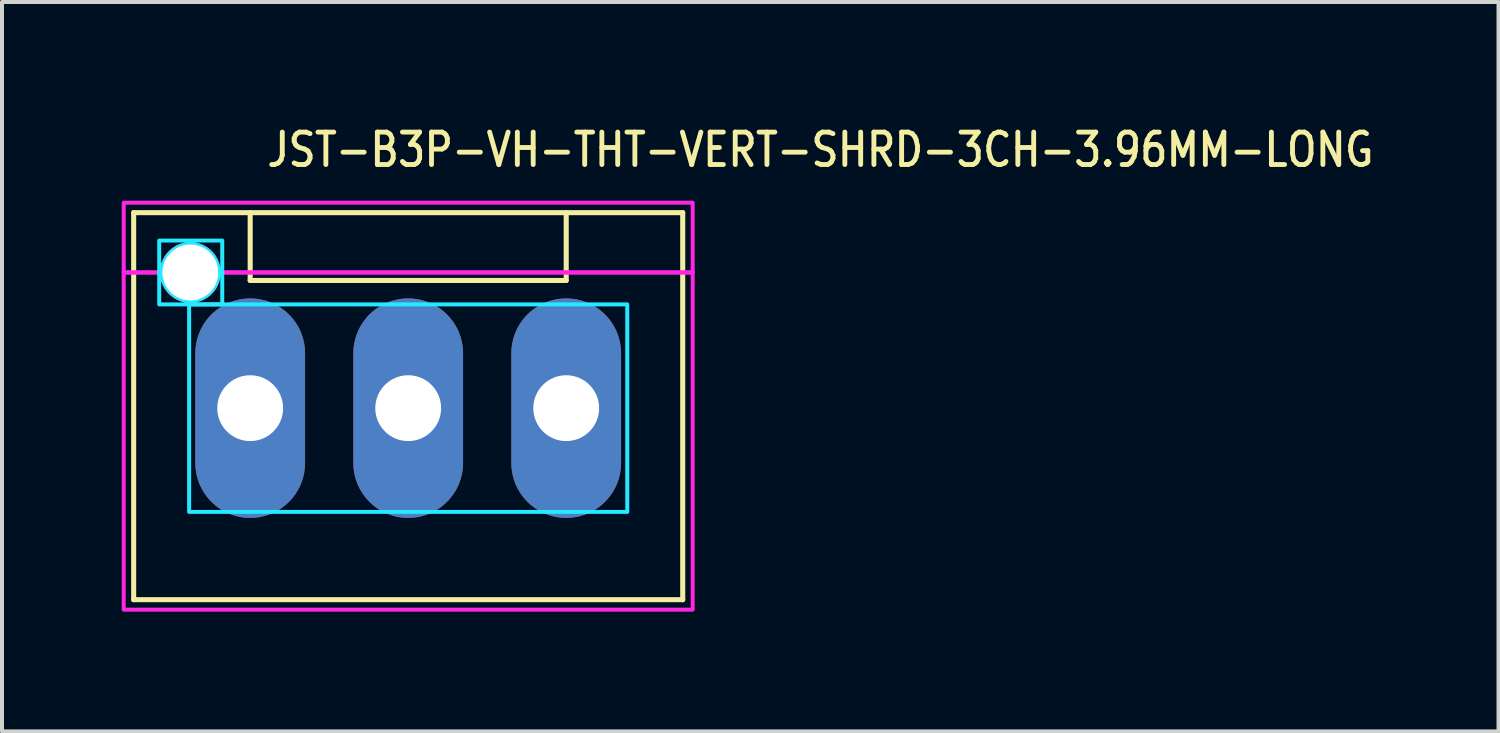
<source format=kicad_pcb>
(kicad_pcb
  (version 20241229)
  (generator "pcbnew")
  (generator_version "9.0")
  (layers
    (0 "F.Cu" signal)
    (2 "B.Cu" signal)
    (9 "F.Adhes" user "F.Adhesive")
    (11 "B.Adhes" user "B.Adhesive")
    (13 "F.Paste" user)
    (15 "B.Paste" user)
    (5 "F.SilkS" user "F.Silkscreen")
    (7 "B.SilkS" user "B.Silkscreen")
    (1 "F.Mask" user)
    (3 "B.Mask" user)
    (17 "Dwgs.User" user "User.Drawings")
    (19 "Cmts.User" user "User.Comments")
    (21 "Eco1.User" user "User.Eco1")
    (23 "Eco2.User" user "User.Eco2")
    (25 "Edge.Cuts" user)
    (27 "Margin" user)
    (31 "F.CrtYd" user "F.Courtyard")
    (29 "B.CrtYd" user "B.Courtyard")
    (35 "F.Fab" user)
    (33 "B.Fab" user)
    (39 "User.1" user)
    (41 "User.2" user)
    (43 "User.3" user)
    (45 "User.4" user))
  (footprint "JST-B3P-VH-THT-VERT-SHRD-3CH-3.96MM-LONG"
    (layer "F.Cu")
    (at 7.18 7.179)
    (property "Reference" "JST-B3P-VH-THT-VERT-SHRD-3CH-3.96MM-LONG" (at -3.6 -6 0) (unlocked yes) (layer "F.SilkS") (effects (font (size 0.813 0.695) (thickness 0.122)) (justify left bottom)))
    (fp_line (start -6.88 -4.9) (end 6.88 -4.9) (stroke (width 0.127) (type solid)) (layer "F.SilkS"))
    (fp_line (start -6.88 4.8) (end -6.88 -4.9) (stroke (width 0.127) (type solid)) (layer "F.SilkS"))
    (fp_line (start -6.88 4.8) (end 6.88 4.8) (stroke (width 0.127) (type solid)) (layer "F.SilkS"))
    (fp_line (start -3.96 -4.9) (end -3.96 -3.2) (stroke (width 0.127) (type solid)) (layer "F.SilkS"))
    (fp_line (start -3.96 -3.2) (end 3.96 -3.2) (stroke (width 0.127) (type solid)) (layer "F.SilkS"))
    (fp_line (start 3.96 -4.9) (end 3.96 -3.2) (stroke (width 0.127) (type solid)) (layer "F.SilkS"))
    (fp_line (start 6.88 -4.9) (end 6.88 4.8) (stroke (width 0.127) (type solid)) (layer "F.SilkS"))
    (fp_poly (pts (xy -5.49 -2.6) (xy -5.49 2.6) (xy 5.49 2.6) (xy 5.49 -2.6)) (stroke (width 0.1) (type solid)) (fill no) (layer "B.CrtYd"))
    (fp_poly (pts (xy -6.24 -3.4) (xy -6.24 -4.2) (xy -4.66 -4.2) (xy -4.66 -3.4) (xy -4.75 -3.4) (xy -4.75 -3.4) (xy -4.75 -3.411) (xy -4.75 -3.411) (xy -4.75 -3.422) (xy -4.75 -3.422) (xy -4.751 -3.433) (xy -4.751 -3.434) (xy -4.751 -3.445) (xy -4.751 -3.445) (xy -4.752 -3.456) (xy -4.752 -3.456) (xy -4.753 -3.467) (xy -4.753 -3.467) (xy -4.754 -3.478) (xy -4.754 -3.478) (xy -4.756 -3.489) (xy -4.756 -3.489) (xy -4.757 -3.5) (xy -4.757 -3.5) (xy -4.759 -3.511) (xy -4.759 -3.511) (xy -4.761 -3.522) (xy -4.761 -3.522) (xy -4.763 -3.533) (xy -4.763 -3.533) (xy -4.765 -3.544) (xy -4.765 -3.544) (xy -4.767 -3.555) (xy -4.767 -3.555) (xy -4.77 -3.566) (xy -4.77 -3.566) (xy -4.772 -3.576) (xy -4.772 -3.577) (xy -4.775 -3.587) (xy -4.775 -3.587) (xy -4.778 -3.598) (xy -4.778 -3.598) (xy -4.781 -3.609) (xy -4.781 -3.609) (xy -4.785 -3.619) (xy -4.785 -3.619) (xy -4.788 -3.63) (xy -4.788 -3.63) (xy -4.792 -3.64) (xy -4.792 -3.641) (xy -4.796 -3.651) (xy -4.796 -3.651) (xy -4.8 -3.661) (xy -4.8 -3.661) (xy -4.804 -3.672) (xy -4.804 -3.672) (xy -4.808 -3.682) (xy -4.808 -3.682) (xy -4.813 -3.692) (xy -4.813 -3.692) (xy -4.818 -3.702) (xy -4.818 -3.702) (xy -4.822 -3.712) (xy -4.822 -3.712) (xy -4.827 -3.722) (xy -4.827 -3.722) (xy -4.832 -3.732) (xy -4.833 -3.732) (xy -4.838 -3.742) (xy -4.838 -3.742) (xy -4.843 -3.752) (xy -4.843 -3.752) (xy -4.849 -3.761) (xy -4.849 -3.761) (xy -4.855 -3.771) (xy -4.855 -3.771) (xy -4.86 -3.78) (xy -4.861 -3.781) (xy -4.867 -3.79) (xy -4.867 -3.79) (xy -4.873 -3.799) (xy -4.873 -3.799) (xy -4.879 -3.808) (xy -4.879 -3.808) (xy -4.886 -3.817) (xy -4.886 -3.817) (xy -4.892 -3.826) (xy -4.892 -3.826) (xy -4.899 -3.835) (xy -4.899 -3.835) (xy -4.906 -3.844) (xy -4.906 -3.844) (xy -4.913 -3.853) (xy -4.913 -3.853) (xy -4.92 -3.861) (xy -4.92 -3.861) (xy -4.927 -3.869) (xy -4.927 -3.87) (xy -4.935 -3.878) (xy -4.935 -3.878) (xy -4.942 -3.886) (xy -4.942 -3.886) (xy -4.95 -3.894) (xy -4.95 -3.894) (xy -4.958 -3.902) (xy -4.958 -3.902) (xy -4.966 -3.91) (xy -4.966 -3.91) (xy -4.974 -3.918) (xy -4.974 -3.918) (xy -4.982 -3.925) (xy -4.982 -3.925) (xy -4.99 -3.933) (xy -4.991 -3.933) (xy -4.999 -3.94) (xy -4.999 -3.94) (xy -5.007 -3.947) (xy -5.007 -3.947) (xy -5.016 -3.954) (xy -5.016 -3.954) (xy -5.025 -3.961) (xy -5.025 -3.961) (xy -5.034 -3.968) (xy -5.034 -3.968) (xy -5.043 -3.974) (xy -5.043 -3.974) (xy -5.052 -3.981) (xy -5.052 -3.981) (xy -5.061 -3.987) (xy -5.061 -3.987) (xy -5.07 -3.993) (xy -5.07 -3.993) (xy -5.079 -3.999) (xy -5.08 -4) (xy -5.089 -4.005) (xy -5.089 -4.005) (xy -5.099 -4.011) (xy -5.099 -4.011) (xy -5.108 -4.017) (xy -5.108 -4.017) (xy -5.118 -4.022) (xy -5.118 -4.022) (xy -5.128 -4.027) (xy -5.128 -4.028) (xy -5.138 -4.033) (xy -5.138 -4.033) (xy -5.148 -4.038) (xy -5.148 -4.038) (xy -5.158 -4.042) (xy -5.158 -4.042) (xy -5.168 -4.047) (xy -5.168 -4.047) (xy -5.178 -4.052) (xy -5.178 -4.052) (xy -5.188 -4.056) (xy -5.188 -4.056) (xy -5.199 -4.06) (xy -5.199 -4.06) (xy -5.209 -4.064) (xy -5.209 -4.064) (xy -5.219 -4.068) (xy -5.22 -4.068) (xy -5.23 -4.072) (xy -5.23 -4.072) (xy -5.241 -4.075) (xy -5.241 -4.075) (xy -5.251 -4.079) (xy -5.251 -4.079) (xy -5.262 -4.082) (xy -5.262 -4.082) (xy -5.273 -4.085) (xy -5.273 -4.085) (xy -5.283 -4.088) (xy -5.284 -4.088) (xy -5.294 -4.09) (xy -5.294 -4.09) (xy -5.305 -4.093) (xy -5.305 -4.093) (xy -5.316 -4.095) (xy -5.316 -4.095) (xy -5.327 -4.097) (xy -5.327 -4.097) (xy -5.338 -4.099) (xy -5.338 -4.099) (xy -5.349 -4.101) (xy -5.349 -4.101) (xy -5.36 -4.103) (xy -5.36 -4.103) (xy -5.371 -4.104) (xy -5.371 -4.104) (xy -5.382 -4.106) (xy -5.382 -4.106) (xy -5.393 -4.107) (xy -5.393 -4.107) (xy -5.404 -4.108) (xy -5.404 -4.108) (xy -5.415 -4.109) (xy -5.415 -4.109) (xy -5.426 -4.109) (xy -5.427 -4.109) (xy -5.438 -4.11) (xy -5.438 -4.11) (xy -5.449 -4.11) (xy -5.449 -4.11) (xy -5.46 -4.11) (xy -5.46 -4.11) (xy -5.471 -4.11) (xy -5.471 -4.11) (xy -5.482 -4.11) (xy -5.482 -4.11) (xy -5.493 -4.109) (xy -5.494 -4.109) (xy -5.505 -4.109) (xy -5.505 -4.109) (xy -5.516 -4.108) (xy -5.516 -4.108) (xy -5.527 -4.107) (xy -5.527 -4.107) (xy -5.538 -4.106) (xy -5.538 -4.106) (xy -5.549 -4.104) (xy -5.549 -4.104) (xy -5.56 -4.103) (xy -5.56 -4.103) (xy -5.571 -4.101) (xy -5.571 -4.101) (xy -5.582 -4.099) (xy -5.582 -4.099) (xy -5.593 -4.097) (xy -5.593 -4.097) (xy -5.604 -4.095) (xy -5.604 -4.095) (xy -5.615 -4.093) (xy -5.615 -4.093) (xy -5.626 -4.09) (xy -5.626 -4.09) (xy -5.636 -4.088) (xy -5.637 -4.088) (xy -5.647 -4.085) (xy -5.647 -4.085) (xy -5.658 -4.082) (xy -5.658 -4.082) (xy -5.669 -4.079) (xy -5.669 -4.079) (xy -5.679 -4.075) (xy -5.679 -4.075) (xy -5.69 -4.072) (xy -5.69 -4.072) (xy -5.7 -4.068) (xy -5.701 -4.068) (xy -5.711 -4.064) (xy -5.711 -4.064) (xy -5.721 -4.06) (xy -5.721 -4.06) (xy -5.732 -4.056) (xy -5.732 -4.056) (xy -5.742 -4.052) (xy -5.742 -4.052) (xy -5.752 -4.047) (xy -5.752 -4.047) (xy -5.762 -4.042) (xy -5.762 -4.042) (xy -5.772 -4.038) (xy -5.772 -4.038) (xy -5.782 -4.033) (xy -5.782 -4.033) (xy -5.792 -4.028) (xy -5.792 -4.027) (xy -5.802 -4.022) (xy -5.802 -4.022) (xy -5.812 -4.017) (xy -5.812 -4.017) (xy -5.821 -4.011) (xy -5.821 -4.011) (xy -5.831 -4.005) (xy -5.831 -4.005) (xy -5.84 -4) (xy -5.841 -3.999) (xy -5.85 -3.993) (xy -5.85 -3.993) (xy -5.859 -3.987) (xy -5.859 -3.987) (xy -5.868 -3.981) (xy -5.868 -3.981) (xy -5.877 -3.974) (xy -5.877 -3.974) (xy -5.886 -3.968) (xy -5.886 -3.968) (xy -5.895 -3.961) (xy -5.895 -3.961) (xy -5.904 -3.954) (xy -5.904 -3.954) (xy -5.913 -3.947) (xy -5.913 -3.947) (xy -5.921 -3.94) (xy -5.921 -3.94) (xy -5.929 -3.933) (xy -5.93 -3.933) (xy -5.938 -3.925) (xy -5.938 -3.925) (xy -5.946 -3.918) (xy -5.946 -3.918) (xy -5.954 -3.91) (xy -5.954 -3.91) (xy -5.962 -3.902) (xy -5.962 -3.902) (xy -5.97 -3.894) (xy -5.97 -3.894) (xy -5.978 -3.886) (xy -5.978 -3.886) (xy -5.985 -3.878) (xy -5.985 -3.878) (xy -5.993 -3.87) (xy -5.993 -3.869) (xy -6 -3.861) (xy -6 -3.861) (xy -6.007 -3.853) (xy -6.007 -3.853) (xy -6.014 -3.844) (xy -6.014 -3.844) (xy -6.021 -3.835) (xy -6.021 -3.835) (xy -6.028 -3.826) (xy -6.028 -3.826) (xy -6.034 -3.817) (xy -6.034 -3.817) (xy -6.041 -3.808) (xy -6.041 -3.808) (xy -6.047 -3.799) (xy -6.047 -3.799) (xy -6.053 -3.79) (xy -6.053 -3.79) (xy -6.059 -3.781) (xy -6.06 -3.78) (xy -6.065 -3.771) (xy -6.065 -3.771) (xy -6.071 -3.761) (xy -6.071 -3.761) (xy -6.077 -3.752) (xy -6.077 -3.752) (xy -6.082 -3.742) (xy -6.082 -3.742) (xy -6.087 -3.732) (xy -6.088 -3.732) (xy -6.093 -3.722) (xy -6.093 -3.722) (xy -6.098 -3.712) (xy -6.098 -3.712) (xy -6.102 -3.702) (xy -6.102 -3.702) (xy -6.107 -3.692) (xy -6.107 -3.692) (xy -6.112 -3.682) (xy -6.112 -3.682) (xy -6.116 -3.672) (xy -6.116 -3.672) (xy -6.12 -3.661) (xy -6.12 -3.661) (xy -6.124 -3.651) (xy -6.124 -3.651) (xy -6.128 -3.641) (xy -6.128 -3.64) (xy -6.132 -3.63) (xy -6.132 -3.63) (xy -6.135 -3.619) (xy -6.135 -3.619) (xy -6.139 -3.609) (xy -6.139 -3.609) (xy -6.142 -3.598) (xy -6.142 -3.598) (xy -6.145 -3.587) (xy -6.145 -3.587) (xy -6.148 -3.577) (xy -6.148 -3.576) (xy -6.15 -3.566) (xy -6.15 -3.566) (xy -6.153 -3.555) (xy -6.153 -3.555) (xy -6.155 -3.544) (xy -6.155 -3.544) (xy -6.157 -3.533) (xy -6.157 -3.533) (xy -6.159 -3.522) (xy -6.159 -3.522) (xy -6.161 -3.511) (xy -6.161 -3.511) (xy -6.163 -3.5) (xy -6.163 -3.5) (xy -6.164 -3.489) (xy -6.164 -3.489) (xy -6.166 -3.478) (xy -6.166 -3.478) (xy -6.167 -3.467) (xy -6.167 -3.467) (xy -6.168 -3.456) (xy -6.168 -3.456) (xy -6.169 -3.445) (xy -6.169 -3.445) (xy -6.169 -3.434) (xy -6.169 -3.433) (xy -6.17 -3.422) (xy -6.17 -3.422) (xy -6.17 -3.411) (xy -6.17 -3.411) (xy -6.17 -3.4) (xy -6.17 -3.4)) (stroke (width 0.1) (type solid)) (fill no) (layer "B.CrtYd"))
    (fp_poly (pts (xy -4.66 -2.6) (xy -6.24 -2.6) (xy -6.24 -3.4) (xy -6.17 -3.4) (xy -6.17 -3.4) (xy -6.17 -3.389) (xy -6.17 -3.389) (xy -6.17 -3.378) (xy -6.17 -3.378) (xy -6.169 -3.367) (xy -6.169 -3.366) (xy -6.169 -3.355) (xy -6.169 -3.355) (xy -6.168 -3.344) (xy -6.168 -3.344) (xy -6.167 -3.333) (xy -6.167 -3.333) (xy -6.166 -3.322) (xy -6.166 -3.322) (xy -6.164 -3.311) (xy -6.164 -3.311) (xy -6.163 -3.3) (xy -6.163 -3.3) (xy -6.161 -3.289) (xy -6.161 -3.289) (xy -6.159 -3.278) (xy -6.159 -3.278) (xy -6.157 -3.267) (xy -6.157 -3.267) (xy -6.155 -3.256) (xy -6.155 -3.256) (xy -6.153 -3.245) (xy -6.153 -3.245) (xy -6.15 -3.234) (xy -6.15 -3.234) (xy -6.148 -3.224) (xy -6.148 -3.223) (xy -6.145 -3.213) (xy -6.145 -3.213) (xy -6.142 -3.202) (xy -6.142 -3.202) (xy -6.139 -3.191) (xy -6.139 -3.191) (xy -6.135 -3.181) (xy -6.135 -3.181) (xy -6.132 -3.17) (xy -6.132 -3.17) (xy -6.128 -3.16) (xy -6.128 -3.159) (xy -6.124 -3.149) (xy -6.124 -3.149) (xy -6.12 -3.139) (xy -6.12 -3.139) (xy -6.116 -3.128) (xy -6.116 -3.128) (xy -6.112 -3.118) (xy -6.112 -3.118) (xy -6.107 -3.108) (xy -6.107 -3.108) (xy -6.102 -3.098) (xy -6.102 -3.098) (xy -6.098 -3.088) (xy -6.098 -3.088) (xy -6.093 -3.078) (xy -6.093 -3.078) (xy -6.088 -3.068) (xy -6.087 -3.068) (xy -6.082 -3.058) (xy -6.082 -3.058) (xy -6.077 -3.048) (xy -6.077 -3.048) (xy -6.071 -3.039) (xy -6.071 -3.039) (xy -6.065 -3.029) (xy -6.065 -3.029) (xy -6.06 -3.02) (xy -6.059 -3.019) (xy -6.053 -3.01) (xy -6.053 -3.01) (xy -6.047 -3.001) (xy -6.047 -3.001) (xy -6.041 -2.992) (xy -6.041 -2.992) (xy -6.034 -2.983) (xy -6.034 -2.983) (xy -6.028 -2.974) (xy -6.028 -2.974) (xy -6.021 -2.965) (xy -6.021 -2.965) (xy -6.014 -2.956) (xy -6.014 -2.956) (xy -6.007 -2.947) (xy -6.007 -2.947) (xy -6 -2.939) (xy -6 -2.939) (xy -5.993 -2.931) (xy -5.993 -2.93) (xy -5.985 -2.922) (xy -5.985 -2.922) (xy -5.978 -2.914) (xy -5.978 -2.914) (xy -5.97 -2.906) (xy -5.97 -2.906) (xy -5.962 -2.898) (xy -5.962 -2.898) (xy -5.954 -2.89) (xy -5.954 -2.89) (xy -5.946 -2.882) (xy -5.946 -2.882) (xy -5.938 -2.875) (xy -5.938 -2.875) (xy -5.93 -2.867) (xy -5.929 -2.867) (xy -5.921 -2.86) (xy -5.921 -2.86) (xy -5.913 -2.853) (xy -5.913 -2.853) (xy -5.904 -2.846) (xy -5.904 -2.846) (xy -5.895 -2.839) (xy -5.895 -2.839) (xy -5.886 -2.832) (xy -5.886 -2.832) (xy -5.877 -2.826) (xy -5.877 -2.826) (xy -5.868 -2.819) (xy -5.868 -2.819) (xy -5.859 -2.813) (xy -5.859 -2.813) (xy -5.85 -2.807) (xy -5.85 -2.807) (xy -5.841 -2.801) (xy -5.84 -2.8) (xy -5.831 -2.795) (xy -5.831 -2.795) (xy -5.821 -2.789) (xy -5.821 -2.789) (xy -5.812 -2.783) (xy -5.812 -2.783) (xy -5.802 -2.778) (xy -5.802 -2.778) (xy -5.792 -2.773) (xy -5.792 -2.772) (xy -5.782 -2.767) (xy -5.782 -2.767) (xy -5.772 -2.762) (xy -5.772 -2.762) (xy -5.762 -2.758) (xy -5.762 -2.758) (xy -5.752 -2.753) (xy -5.752 -2.753) (xy -5.742 -2.748) (xy -5.742 -2.748) (xy -5.732 -2.744) (xy -5.732 -2.744) (xy -5.721 -2.74) (xy -5.721 -2.74) (xy -5.711 -2.736) (xy -5.711 -2.736) (xy -5.701 -2.732) (xy -5.7 -2.732) (xy -5.69 -2.728) (xy -5.69 -2.728) (xy -5.679 -2.725) (xy -5.679 -2.725) (xy -5.669 -2.721) (xy -5.669 -2.721) (xy -5.658 -2.718) (xy -5.658 -2.718) (xy -5.647 -2.715) (xy -5.647 -2.715) (xy -5.637 -2.712) (xy -5.636 -2.712) (xy -5.626 -2.71) (xy -5.626 -2.71) (xy -5.615 -2.707) (xy -5.615 -2.707) (xy -5.604 -2.705) (xy -5.604 -2.705) (xy -5.593 -2.703) (xy -5.593 -2.703) (xy -5.582 -2.701) (xy -5.582 -2.701) (xy -5.571 -2.699) (xy -5.571 -2.699) (xy -5.56 -2.697) (xy -5.56 -2.697) (xy -5.549 -2.696) (xy -5.549 -2.696) (xy -5.538 -2.694) (xy -5.538 -2.694) (xy -5.527 -2.693) (xy -5.527 -2.693) (xy -5.516 -2.692) (xy -5.516 -2.692) (xy -5.505 -2.691) (xy -5.505 -2.691) (xy -5.494 -2.691) (xy -5.493 -2.691) (xy -5.482 -2.69) (xy -5.482 -2.69) (xy -5.471 -2.69) (xy -5.471 -2.69) (xy -5.46 -2.69) (xy -5.46 -2.69) (xy -5.449 -2.69) (xy -5.449 -2.69) (xy -5.438 -2.69) (xy -5.438 -2.69) (xy -5.427 -2.691) (xy -5.426 -2.691) (xy -5.415 -2.691) (xy -5.415 -2.691) (xy -5.404 -2.692) (xy -5.404 -2.692) (xy -5.393 -2.693) (xy -5.393 -2.693) (xy -5.382 -2.694) (xy -5.382 -2.694) (xy -5.371 -2.696) (xy -5.371 -2.696) (xy -5.36 -2.697) (xy -5.36 -2.697) (xy -5.349 -2.699) (xy -5.349 -2.699) (xy -5.338 -2.701) (xy -5.338 -2.701) (xy -5.327 -2.703) (xy -5.327 -2.703) (xy -5.316 -2.705) (xy -5.316 -2.705) (xy -5.305 -2.707) (xy -5.305 -2.707) (xy -5.294 -2.71) (xy -5.294 -2.71) (xy -5.284 -2.712) (xy -5.283 -2.712) (xy -5.273 -2.715) (xy -5.273 -2.715) (xy -5.262 -2.718) (xy -5.262 -2.718) (xy -5.251 -2.721) (xy -5.251 -2.721) (xy -5.241 -2.725) (xy -5.241 -2.725) (xy -5.23 -2.728) (xy -5.23 -2.728) (xy -5.22 -2.732) (xy -5.219 -2.732) (xy -5.209 -2.736) (xy -5.209 -2.736) (xy -5.199 -2.74) (xy -5.199 -2.74) (xy -5.188 -2.744) (xy -5.188 -2.744) (xy -5.178 -2.748) (xy -5.178 -2.748) (xy -5.168 -2.753) (xy -5.168 -2.753) (xy -5.158 -2.758) (xy -5.158 -2.758) (xy -5.148 -2.762) (xy -5.148 -2.762) (xy -5.138 -2.767) (xy -5.138 -2.767) (xy -5.128 -2.772) (xy -5.128 -2.773) (xy -5.118 -2.778) (xy -5.118 -2.778) (xy -5.108 -2.783) (xy -5.108 -2.783) (xy -5.099 -2.789) (xy -5.099 -2.789) (xy -5.089 -2.795) (xy -5.089 -2.795) (xy -5.08 -2.8) (xy -5.079 -2.801) (xy -5.07 -2.807) (xy -5.07 -2.807) (xy -5.061 -2.813) (xy -5.061 -2.813) (xy -5.052 -2.819) (xy -5.052 -2.819) (xy -5.043 -2.826) (xy -5.043 -2.826) (xy -5.034 -2.832) (xy -5.034 -2.832) (xy -5.025 -2.839) (xy -5.025 -2.839) (xy -5.016 -2.846) (xy -5.016 -2.846) (xy -5.007 -2.853) (xy -5.007 -2.853) (xy -4.999 -2.86) (xy -4.999 -2.86) (xy -4.991 -2.867) (xy -4.99 -2.867) (xy -4.982 -2.875) (xy -4.982 -2.875) (xy -4.974 -2.882) (xy -4.974 -2.882) (xy -4.966 -2.89) (xy -4.966 -2.89) (xy -4.958 -2.898) (xy -4.958 -2.898) (xy -4.95 -2.906) (xy -4.95 -2.906) (xy -4.942 -2.914) (xy -4.942 -2.914) (xy -4.935 -2.922) (xy -4.935 -2.922) (xy -4.927 -2.93) (xy -4.927 -2.931) (xy -4.92 -2.939) (xy -4.92 -2.939) (xy -4.913 -2.947) (xy -4.913 -2.947) (xy -4.906 -2.956) (xy -4.906 -2.956) (xy -4.899 -2.965) (xy -4.899 -2.965) (xy -4.892 -2.974) (xy -4.892 -2.974) (xy -4.886 -2.983) (xy -4.886 -2.983) (xy -4.879 -2.992) (xy -4.879 -2.992) (xy -4.873 -3.001) (xy -4.873 -3.001) (xy -4.867 -3.01) (xy -4.867 -3.01) (xy -4.861 -3.019) (xy -4.86 -3.02) (xy -4.855 -3.029) (xy -4.855 -3.029) (xy -4.849 -3.039) (xy -4.849 -3.039) (xy -4.843 -3.048) (xy -4.843 -3.048) (xy -4.838 -3.058) (xy -4.838 -3.058) (xy -4.833 -3.068) (xy -4.832 -3.068) (xy -4.827 -3.078) (xy -4.827 -3.078) (xy -4.822 -3.088) (xy -4.822 -3.088) (xy -4.818 -3.098) (xy -4.818 -3.098) (xy -4.813 -3.108) (xy -4.813 -3.108) (xy -4.808 -3.118) (xy -4.808 -3.118) (xy -4.804 -3.128) (xy -4.804 -3.128) (xy -4.8 -3.139) (xy -4.8 -3.139) (xy -4.796 -3.149) (xy -4.796 -3.149) (xy -4.792 -3.159) (xy -4.792 -3.16) (xy -4.788 -3.17) (xy -4.788 -3.17) (xy -4.785 -3.181) (xy -4.785 -3.181) (xy -4.781 -3.191) (xy -4.781 -3.191) (xy -4.778 -3.202) (xy -4.778 -3.202) (xy -4.775 -3.213) (xy -4.775 -3.213) (xy -4.772 -3.223) (xy -4.772 -3.224) (xy -4.77 -3.234) (xy -4.77 -3.234) (xy -4.767 -3.245) (xy -4.767 -3.245) (xy -4.765 -3.256) (xy -4.765 -3.256) (xy -4.763 -3.267) (xy -4.763 -3.267) (xy -4.761 -3.278) (xy -4.761 -3.278) (xy -4.759 -3.289) (xy -4.759 -3.289) (xy -4.757 -3.3) (xy -4.757 -3.3) (xy -4.756 -3.311) (xy -4.756 -3.311) (xy -4.754 -3.322) (xy -4.754 -3.322) (xy -4.753 -3.333) (xy -4.753 -3.333) (xy -4.752 -3.344) (xy -4.752 -3.344) (xy -4.751 -3.355) (xy -4.751 -3.355) (xy -4.751 -3.366) (xy -4.751 -3.367) (xy -4.75 -3.378) (xy -4.75 -3.378) (xy -4.75 -3.389) (xy -4.75 -3.389) (xy -4.75 -3.4) (xy -4.75 -3.4) (xy -4.66 -3.4)) (stroke (width 0.1) (type solid)) (fill no) (layer "B.CrtYd"))
    (fp_poly (pts (xy 7.13 -5.15) (xy 7.13 -3.4) (xy -4.75 -3.4) (xy -4.75 -3.4) (xy -4.75 -3.411) (xy -4.75 -3.411) (xy -4.75 -3.422) (xy -4.75 -3.422) (xy -4.751 -3.433) (xy -4.751 -3.434) (xy -4.751 -3.445) (xy -4.751 -3.445) (xy -4.752 -3.456) (xy -4.752 -3.456) (xy -4.753 -3.467) (xy -4.753 -3.467) (xy -4.754 -3.478) (xy -4.754 -3.478) (xy -4.756 -3.489) (xy -4.756 -3.489) (xy -4.757 -3.5) (xy -4.757 -3.5) (xy -4.759 -3.511) (xy -4.759 -3.511) (xy -4.761 -3.522) (xy -4.761 -3.522) (xy -4.763 -3.533) (xy -4.763 -3.533) (xy -4.765 -3.544) (xy -4.765 -3.544) (xy -4.767 -3.555) (xy -4.767 -3.555) (xy -4.77 -3.566) (xy -4.77 -3.566) (xy -4.772 -3.576) (xy -4.772 -3.577) (xy -4.775 -3.587) (xy -4.775 -3.587) (xy -4.778 -3.598) (xy -4.778 -3.598) (xy -4.781 -3.609) (xy -4.781 -3.609) (xy -4.785 -3.619) (xy -4.785 -3.619) (xy -4.788 -3.63) (xy -4.788 -3.63) (xy -4.792 -3.64) (xy -4.792 -3.641) (xy -4.796 -3.651) (xy -4.796 -3.651) (xy -4.8 -3.661) (xy -4.8 -3.661) (xy -4.804 -3.672) (xy -4.804 -3.672) (xy -4.808 -3.682) (xy -4.808 -3.682) (xy -4.813 -3.692) (xy -4.813 -3.692) (xy -4.818 -3.702) (xy -4.818 -3.702) (xy -4.822 -3.712) (xy -4.822 -3.712) (xy -4.827 -3.722) (xy -4.827 -3.722) (xy -4.832 -3.732) (xy -4.833 -3.732) (xy -4.838 -3.742) (xy -4.838 -3.742) (xy -4.843 -3.752) (xy -4.843 -3.752) (xy -4.849 -3.761) (xy -4.849 -3.761) (xy -4.855 -3.771) (xy -4.855 -3.771) (xy -4.86 -3.78) (xy -4.861 -3.781) (xy -4.867 -3.79) (xy -4.867 -3.79) (xy -4.873 -3.799) (xy -4.873 -3.799) (xy -4.879 -3.808) (xy -4.879 -3.808) (xy -4.886 -3.817) (xy -4.886 -3.817) (xy -4.892 -3.826) (xy -4.892 -3.826) (xy -4.899 -3.835) (xy -4.899 -3.835) (xy -4.906 -3.844) (xy -4.906 -3.844) (xy -4.913 -3.853) (xy -4.913 -3.853) (xy -4.92 -3.861) (xy -4.92 -3.861) (xy -4.927 -3.869) (xy -4.927 -3.87) (xy -4.935 -3.878) (xy -4.935 -3.878) (xy -4.942 -3.886) (xy -4.942 -3.886) (xy -4.95 -3.894) (xy -4.95 -3.894) (xy -4.958 -3.902) (xy -4.958 -3.902) (xy -4.966 -3.91) (xy -4.966 -3.91) (xy -4.974 -3.918) (xy -4.974 -3.918) (xy -4.982 -3.925) (xy -4.982 -3.925) (xy -4.99 -3.933) (xy -4.991 -3.933) (xy -4.999 -3.94) (xy -4.999 -3.94) (xy -5.007 -3.947) (xy -5.007 -3.947) (xy -5.016 -3.954) (xy -5.016 -3.954) (xy -5.025 -3.961) (xy -5.025 -3.961) (xy -5.034 -3.968) (xy -5.034 -3.968) (xy -5.043 -3.974) (xy -5.043 -3.974) (xy -5.052 -3.981) (xy -5.052 -3.981) (xy -5.061 -3.987) (xy -5.061 -3.987) (xy -5.07 -3.993) (xy -5.07 -3.993) (xy -5.079 -3.999) (xy -5.08 -4) (xy -5.089 -4.005) (xy -5.089 -4.005) (xy -5.099 -4.011) (xy -5.099 -4.011) (xy -5.108 -4.017) (xy -5.108 -4.017) (xy -5.118 -4.022) (xy -5.118 -4.022) (xy -5.128 -4.027) (xy -5.128 -4.028) (xy -5.138 -4.033) (xy -5.138 -4.033) (xy -5.148 -4.038) (xy -5.148 -4.038) (xy -5.158 -4.042) (xy -5.158 -4.042) (xy -5.168 -4.047) (xy -5.168 -4.047) (xy -5.178 -4.052) (xy -5.178 -4.052) (xy -5.188 -4.056) (xy -5.188 -4.056) (xy -5.199 -4.06) (xy -5.199 -4.06) (xy -5.209 -4.064) (xy -5.209 -4.064) (xy -5.219 -4.068) (xy -5.22 -4.068) (xy -5.23 -4.072) (xy -5.23 -4.072) (xy -5.241 -4.075) (xy -5.241 -4.075) (xy -5.251 -4.079) (xy -5.251 -4.079) (xy -5.262 -4.082) (xy -5.262 -4.082) (xy -5.273 -4.085) (xy -5.273 -4.085) (xy -5.283 -4.088) (xy -5.284 -4.088) (xy -5.294 -4.09) (xy -5.294 -4.09) (xy -5.305 -4.093) (xy -5.305 -4.093) (xy -5.316 -4.095) (xy -5.316 -4.095) (xy -5.327 -4.097) (xy -5.327 -4.097) (xy -5.338 -4.099) (xy -5.338 -4.099) (xy -5.349 -4.101) (xy -5.349 -4.101) (xy -5.36 -4.103) (xy -5.36 -4.103) (xy -5.371 -4.104) (xy -5.371 -4.104) (xy -5.382 -4.106) (xy -5.382 -4.106) (xy -5.393 -4.107) (xy -5.393 -4.107) (xy -5.404 -4.108) (xy -5.404 -4.108) (xy -5.415 -4.109) (xy -5.415 -4.109) (xy -5.426 -4.109) (xy -5.427 -4.109) (xy -5.438 -4.11) (xy -5.438 -4.11) (xy -5.449 -4.11) (xy -5.449 -4.11) (xy -5.46 -4.11) (xy -5.46 -4.11) (xy -5.471 -4.11) (xy -5.471 -4.11) (xy -5.482 -4.11) (xy -5.482 -4.11) (xy -5.493 -4.109) (xy -5.494 -4.109) (xy -5.505 -4.109) (xy -5.505 -4.109) (xy -5.516 -4.108) (xy -5.516 -4.108) (xy -5.527 -4.107) (xy -5.527 -4.107) (xy -5.538 -4.106) (xy -5.538 -4.106) (xy -5.549 -4.104) (xy -5.549 -4.104) (xy -5.56 -4.103) (xy -5.56 -4.103) (xy -5.571 -4.101) (xy -5.571 -4.101) (xy -5.582 -4.099) (xy -5.582 -4.099) (xy -5.593 -4.097) (xy -5.593 -4.097) (xy -5.604 -4.095) (xy -5.604 -4.095) (xy -5.615 -4.093) (xy -5.615 -4.093) (xy -5.626 -4.09) (xy -5.626 -4.09) (xy -5.636 -4.088) (xy -5.637 -4.088) (xy -5.647 -4.085) (xy -5.647 -4.085) (xy -5.658 -4.082) (xy -5.658 -4.082) (xy -5.669 -4.079) (xy -5.669 -4.079) (xy -5.679 -4.075) (xy -5.679 -4.075) (xy -5.69 -4.072) (xy -5.69 -4.072) (xy -5.7 -4.068) (xy -5.701 -4.068) (xy -5.711 -4.064) (xy -5.711 -4.064) (xy -5.721 -4.06) (xy -5.721 -4.06) (xy -5.732 -4.056) (xy -5.732 -4.056) (xy -5.742 -4.052) (xy -5.742 -4.052) (xy -5.752 -4.047) (xy -5.752 -4.047) (xy -5.762 -4.042) (xy -5.762 -4.042) (xy -5.772 -4.038) (xy -5.772 -4.038) (xy -5.782 -4.033) (xy -5.782 -4.033) (xy -5.792 -4.028) (xy -5.792 -4.027) (xy -5.802 -4.022) (xy -5.802 -4.022) (xy -5.812 -4.017) (xy -5.812 -4.017) (xy -5.821 -4.011) (xy -5.821 -4.011) (xy -5.831 -4.005) (xy -5.831 -4.005) (xy -5.84 -4) (xy -5.841 -3.999) (xy -5.85 -3.993) (xy -5.85 -3.993) (xy -5.859 -3.987) (xy -5.859 -3.987) (xy -5.868 -3.981) (xy -5.868 -3.981) (xy -5.877 -3.974) (xy -5.877 -3.974) (xy -5.886 -3.968) (xy -5.886 -3.968) (xy -5.895 -3.961) (xy -5.895 -3.961) (xy -5.904 -3.954) (xy -5.904 -3.954) (xy -5.913 -3.947) (xy -5.913 -3.947) (xy -5.921 -3.94) (xy -5.921 -3.94) (xy -5.929 -3.933) (xy -5.93 -3.933) (xy -5.938 -3.925) (xy -5.938 -3.925) (xy -5.946 -3.918) (xy -5.946 -3.918) (xy -5.954 -3.91) (xy -5.954 -3.91) (xy -5.962 -3.902) (xy -5.962 -3.902) (xy -5.97 -3.894) (xy -5.97 -3.894) (xy -5.978 -3.886) (xy -5.978 -3.886) (xy -5.985 -3.878) (xy -5.985 -3.878) (xy -5.993 -3.87) (xy -5.993 -3.869) (xy -6 -3.861) (xy -6 -3.861) (xy -6.007 -3.853) (xy -6.007 -3.853) (xy -6.014 -3.844) (xy -6.014 -3.844) (xy -6.021 -3.835) (xy -6.021 -3.835) (xy -6.028 -3.826) (xy -6.028 -3.826) (xy -6.034 -3.817) (xy -6.034 -3.817) (xy -6.041 -3.808) (xy -6.041 -3.808) (xy -6.047 -3.799) (xy -6.047 -3.799) (xy -6.053 -3.79) (xy -6.053 -3.79) (xy -6.059 -3.781) (xy -6.06 -3.78) (xy -6.065 -3.771) (xy -6.065 -3.771) (xy -6.071 -3.761) (xy -6.071 -3.761) (xy -6.077 -3.752) (xy -6.077 -3.752) (xy -6.082 -3.742) (xy -6.082 -3.742) (xy -6.087 -3.732) (xy -6.088 -3.732) (xy -6.093 -3.722) (xy -6.093 -3.722) (xy -6.098 -3.712) (xy -6.098 -3.712) (xy -6.102 -3.702) (xy -6.102 -3.702) (xy -6.107 -3.692) (xy -6.107 -3.692) (xy -6.112 -3.682) (xy -6.112 -3.682) (xy -6.116 -3.672) (xy -6.116 -3.672) (xy -6.12 -3.661) (xy -6.12 -3.661) (xy -6.124 -3.651) (xy -6.124 -3.651) (xy -6.128 -3.641) (xy -6.128 -3.64) (xy -6.132 -3.63) (xy -6.132 -3.63) (xy -6.135 -3.619) (xy -6.135 -3.619) (xy -6.139 -3.609) (xy -6.139 -3.609) (xy -6.142 -3.598) (xy -6.142 -3.598) (xy -6.145 -3.587) (xy -6.145 -3.587) (xy -6.148 -3.577) (xy -6.148 -3.576) (xy -6.15 -3.566) (xy -6.15 -3.566) (xy -6.153 -3.555) (xy -6.153 -3.555) (xy -6.155 -3.544) (xy -6.155 -3.544) (xy -6.157 -3.533) (xy -6.157 -3.533) (xy -6.159 -3.522) (xy -6.159 -3.522) (xy -6.161 -3.511) (xy -6.161 -3.511) (xy -6.163 -3.5) (xy -6.163 -3.5) (xy -6.164 -3.489) (xy -6.164 -3.489) (xy -6.166 -3.478) (xy -6.166 -3.478) (xy -6.167 -3.467) (xy -6.167 -3.467) (xy -6.168 -3.456) (xy -6.168 -3.456) (xy -6.169 -3.445) (xy -6.169 -3.445) (xy -6.169 -3.434) (xy -6.169 -3.433) (xy -6.17 -3.422) (xy -6.17 -3.422) (xy -6.17 -3.411) (xy -6.17 -3.411) (xy -6.17 -3.4) (xy -6.17 -3.4) (xy -7.13 -3.4) (xy -7.13 -5.15)) (stroke (width 0.1) (type solid)) (fill no) (layer "F.CrtYd"))
    (fp_poly (pts (xy 7.13 -3.4) (xy 7.13 5.05) (xy -7.13 5.05) (xy -7.13 -3.4) (xy -6.17 -3.4) (xy -6.17 -3.4) (xy -6.17 -3.389) (xy -6.17 -3.389) (xy -6.17 -3.378) (xy -6.17 -3.378) (xy -6.169 -3.367) (xy -6.169 -3.366) (xy -6.169 -3.355) (xy -6.169 -3.355) (xy -6.168 -3.344) (xy -6.168 -3.344) (xy -6.167 -3.333) (xy -6.167 -3.333) (xy -6.166 -3.322) (xy -6.166 -3.322) (xy -6.164 -3.311) (xy -6.164 -3.311) (xy -6.163 -3.3) (xy -6.163 -3.3) (xy -6.161 -3.289) (xy -6.161 -3.289) (xy -6.159 -3.278) (xy -6.159 -3.278) (xy -6.157 -3.267) (xy -6.157 -3.267) (xy -6.155 -3.256) (xy -6.155 -3.256) (xy -6.153 -3.245) (xy -6.153 -3.245) (xy -6.15 -3.234) (xy -6.15 -3.234) (xy -6.148 -3.224) (xy -6.148 -3.223) (xy -6.145 -3.213) (xy -6.145 -3.213) (xy -6.142 -3.202) (xy -6.142 -3.202) (xy -6.139 -3.191) (xy -6.139 -3.191) (xy -6.135 -3.181) (xy -6.135 -3.181) (xy -6.132 -3.17) (xy -6.132 -3.17) (xy -6.128 -3.16) (xy -6.128 -3.159) (xy -6.124 -3.149) (xy -6.124 -3.149) (xy -6.12 -3.139) (xy -6.12 -3.139) (xy -6.116 -3.128) (xy -6.116 -3.128) (xy -6.112 -3.118) (xy -6.112 -3.118) (xy -6.107 -3.108) (xy -6.107 -3.108) (xy -6.102 -3.098) (xy -6.102 -3.098) (xy -6.098 -3.088) (xy -6.098 -3.088) (xy -6.093 -3.078) (xy -6.093 -3.078) (xy -6.088 -3.068) (xy -6.087 -3.068) (xy -6.082 -3.058) (xy -6.082 -3.058) (xy -6.077 -3.048) (xy -6.077 -3.048) (xy -6.071 -3.039) (xy -6.071 -3.039) (xy -6.065 -3.029) (xy -6.065 -3.029) (xy -6.06 -3.02) (xy -6.059 -3.019) (xy -6.053 -3.01) (xy -6.053 -3.01) (xy -6.047 -3.001) (xy -6.047 -3.001) (xy -6.041 -2.992) (xy -6.041 -2.992) (xy -6.034 -2.983) (xy -6.034 -2.983) (xy -6.028 -2.974) (xy -6.028 -2.974) (xy -6.021 -2.965) (xy -6.021 -2.965) (xy -6.014 -2.956) (xy -6.014 -2.956) (xy -6.007 -2.947) (xy -6.007 -2.947) (xy -6 -2.939) (xy -6 -2.939) (xy -5.993 -2.931) (xy -5.993 -2.93) (xy -5.985 -2.922) (xy -5.985 -2.922) (xy -5.978 -2.914) (xy -5.978 -2.914) (xy -5.97 -2.906) (xy -5.97 -2.906) (xy -5.962 -2.898) (xy -5.962 -2.898) (xy -5.954 -2.89) (xy -5.954 -2.89) (xy -5.946 -2.882) (xy -5.946 -2.882) (xy -5.938 -2.875) (xy -5.938 -2.875) (xy -5.93 -2.867) (xy -5.929 -2.867) (xy -5.921 -2.86) (xy -5.921 -2.86) (xy -5.913 -2.853) (xy -5.913 -2.853) (xy -5.904 -2.846) (xy -5.904 -2.846) (xy -5.895 -2.839) (xy -5.895 -2.839) (xy -5.886 -2.832) (xy -5.886 -2.832) (xy -5.877 -2.826) (xy -5.877 -2.826) (xy -5.868 -2.819) (xy -5.868 -2.819) (xy -5.859 -2.813) (xy -5.859 -2.813) (xy -5.85 -2.807) (xy -5.85 -2.807) (xy -5.841 -2.801) (xy -5.84 -2.8) (xy -5.831 -2.795) (xy -5.831 -2.795) (xy -5.821 -2.789) (xy -5.821 -2.789) (xy -5.812 -2.783) (xy -5.812 -2.783) (xy -5.802 -2.778) (xy -5.802 -2.778) (xy -5.792 -2.773) (xy -5.792 -2.772) (xy -5.782 -2.767) (xy -5.782 -2.767) (xy -5.772 -2.762) (xy -5.772 -2.762) (xy -5.762 -2.758) (xy -5.762 -2.758) (xy -5.752 -2.753) (xy -5.752 -2.753) (xy -5.742 -2.748) (xy -5.742 -2.748) (xy -5.732 -2.744) (xy -5.732 -2.744) (xy -5.721 -2.74) (xy -5.721 -2.74) (xy -5.711 -2.736) (xy -5.711 -2.736) (xy -5.701 -2.732) (xy -5.7 -2.732) (xy -5.69 -2.728) (xy -5.69 -2.728) (xy -5.679 -2.725) (xy -5.679 -2.725) (xy -5.669 -2.721) (xy -5.669 -2.721) (xy -5.658 -2.718) (xy -5.658 -2.718) (xy -5.647 -2.715) (xy -5.647 -2.715) (xy -5.637 -2.712) (xy -5.636 -2.712) (xy -5.626 -2.71) (xy -5.626 -2.71) (xy -5.615 -2.707) (xy -5.615 -2.707) (xy -5.604 -2.705) (xy -5.604 -2.705) (xy -5.593 -2.703) (xy -5.593 -2.703) (xy -5.582 -2.701) (xy -5.582 -2.701) (xy -5.571 -2.699) (xy -5.571 -2.699) (xy -5.56 -2.697) (xy -5.56 -2.697) (xy -5.549 -2.696) (xy -5.549 -2.696) (xy -5.538 -2.694) (xy -5.538 -2.694) (xy -5.527 -2.693) (xy -5.527 -2.693) (xy -5.516 -2.692) (xy -5.516 -2.692) (xy -5.505 -2.691) (xy -5.505 -2.691) (xy -5.494 -2.691) (xy -5.493 -2.691) (xy -5.482 -2.69) (xy -5.482 -2.69) (xy -5.471 -2.69) (xy -5.471 -2.69) (xy -5.46 -2.69) (xy -5.46 -2.69) (xy -5.449 -2.69) (xy -5.449 -2.69) (xy -5.438 -2.69) (xy -5.438 -2.69) (xy -5.427 -2.691) (xy -5.426 -2.691) (xy -5.415 -2.691) (xy -5.415 -2.691) (xy -5.404 -2.692) (xy -5.404 -2.692) (xy -5.393 -2.693) (xy -5.393 -2.693) (xy -5.382 -2.694) (xy -5.382 -2.694) (xy -5.371 -2.696) (xy -5.371 -2.696) (xy -5.36 -2.697) (xy -5.36 -2.697) (xy -5.349 -2.699) (xy -5.349 -2.699) (xy -5.338 -2.701) (xy -5.338 -2.701) (xy -5.327 -2.703) (xy -5.327 -2.703) (xy -5.316 -2.705) (xy -5.316 -2.705) (xy -5.305 -2.707) (xy -5.305 -2.707) (xy -5.294 -2.71) (xy -5.294 -2.71) (xy -5.284 -2.712) (xy -5.283 -2.712) (xy -5.273 -2.715) (xy -5.273 -2.715) (xy -5.262 -2.718) (xy -5.262 -2.718) (xy -5.251 -2.721) (xy -5.251 -2.721) (xy -5.241 -2.725) (xy -5.241 -2.725) (xy -5.23 -2.728) (xy -5.23 -2.728) (xy -5.22 -2.732) (xy -5.219 -2.732) (xy -5.209 -2.736) (xy -5.209 -2.736) (xy -5.199 -2.74) (xy -5.199 -2.74) (xy -5.188 -2.744) (xy -5.188 -2.744) (xy -5.178 -2.748) (xy -5.178 -2.748) (xy -5.168 -2.753) (xy -5.168 -2.753) (xy -5.158 -2.758) (xy -5.158 -2.758) (xy -5.148 -2.762) (xy -5.148 -2.762) (xy -5.138 -2.767) (xy -5.138 -2.767) (xy -5.128 -2.772) (xy -5.128 -2.773) (xy -5.118 -2.778) (xy -5.118 -2.778) (xy -5.108 -2.783) (xy -5.108 -2.783) (xy -5.099 -2.789) (xy -5.099 -2.789) (xy -5.089 -2.795) (xy -5.089 -2.795) (xy -5.08 -2.8) (xy -5.079 -2.801) (xy -5.07 -2.807) (xy -5.07 -2.807) (xy -5.061 -2.813) (xy -5.061 -2.813) (xy -5.052 -2.819) (xy -5.052 -2.819) (xy -5.043 -2.826) (xy -5.043 -2.826) (xy -5.034 -2.832) (xy -5.034 -2.832) (xy -5.025 -2.839) (xy -5.025 -2.839) (xy -5.016 -2.846) (xy -5.016 -2.846) (xy -5.007 -2.853) (xy -5.007 -2.853) (xy -4.999 -2.86) (xy -4.999 -2.86) (xy -4.991 -2.867) (xy -4.99 -2.867) (xy -4.982 -2.875) (xy -4.982 -2.875) (xy -4.974 -2.882) (xy -4.974 -2.882) (xy -4.966 -2.89) (xy -4.966 -2.89) (xy -4.958 -2.898) (xy -4.958 -2.898) (xy -4.95 -2.906) (xy -4.95 -2.906) (xy -4.942 -2.914) (xy -4.942 -2.914) (xy -4.935 -2.922) (xy -4.935 -2.922) (xy -4.927 -2.93) (xy -4.927 -2.931) (xy -4.92 -2.939) (xy -4.92 -2.939) (xy -4.913 -2.947) (xy -4.913 -2.947) (xy -4.906 -2.956) (xy -4.906 -2.956) (xy -4.899 -2.965) (xy -4.899 -2.965) (xy -4.892 -2.974) (xy -4.892 -2.974) (xy -4.886 -2.983) (xy -4.886 -2.983) (xy -4.879 -2.992) (xy -4.879 -2.992) (xy -4.873 -3.001) (xy -4.873 -3.001) (xy -4.867 -3.01) (xy -4.867 -3.01) (xy -4.861 -3.019) (xy -4.86 -3.02) (xy -4.855 -3.029) (xy -4.855 -3.029) (xy -4.849 -3.039) (xy -4.849 -3.039) (xy -4.843 -3.048) (xy -4.843 -3.048) (xy -4.838 -3.058) (xy -4.838 -3.058) (xy -4.833 -3.068) (xy -4.832 -3.068) (xy -4.827 -3.078) (xy -4.827 -3.078) (xy -4.822 -3.088) (xy -4.822 -3.088) (xy -4.818 -3.098) (xy -4.818 -3.098) (xy -4.813 -3.108) (xy -4.813 -3.108) (xy -4.808 -3.118) (xy -4.808 -3.118) (xy -4.804 -3.128) (xy -4.804 -3.128) (xy -4.8 -3.139) (xy -4.8 -3.139) (xy -4.796 -3.149) (xy -4.796 -3.149) (xy -4.792 -3.159) (xy -4.792 -3.16) (xy -4.788 -3.17) (xy -4.788 -3.17) (xy -4.785 -3.181) (xy -4.785 -3.181) (xy -4.781 -3.191) (xy -4.781 -3.191) (xy -4.778 -3.202) (xy -4.778 -3.202) (xy -4.775 -3.213) (xy -4.775 -3.213) (xy -4.772 -3.223) (xy -4.772 -3.224) (xy -4.77 -3.234) (xy -4.77 -3.234) (xy -4.767 -3.245) (xy -4.767 -3.245) (xy -4.765 -3.256) (xy -4.765 -3.256) (xy -4.763 -3.267) (xy -4.763 -3.267) (xy -4.761 -3.278) (xy -4.761 -3.278) (xy -4.759 -3.289) (xy -4.759 -3.289) (xy -4.757 -3.3) (xy -4.757 -3.3) (xy -4.756 -3.311) (xy -4.756 -3.311) (xy -4.754 -3.322) (xy -4.754 -3.322) (xy -4.753 -3.333) (xy -4.753 -3.333) (xy -4.752 -3.344) (xy -4.752 -3.344) (xy -4.751 -3.355) (xy -4.751 -3.355) (xy -4.751 -3.366) (xy -4.751 -3.367) (xy -4.75 -3.378) (xy -4.75 -3.378) (xy -4.75 -3.389) (xy -4.75 -3.389) (xy -4.75 -3.4) (xy -4.75 -3.4)) (stroke (width 0.1) (type solid)) (fill no) (layer "F.CrtYd"))
    (pad "" np_thru_hole circle (at -5.46 -3.4) (size 1.4 1.4) (drill 1.4) (layers "*.Cu" "*.Mask"))
    (pad "1" thru_hole oval (at -3.96 0 90) (size 5.5 2.75) (drill 1.65) (layers "*.Cu" "*.Mask"))
    (pad "2" thru_hole oval (at 0 0 90) (size 5.5 2.75) (drill 1.65) (layers "*.Cu" "*.Mask"))
    (pad "3" thru_hole oval (at 3.96 0 90) (size 5.5 2.75) (drill 1.65) (layers "*.Cu" "*.Mask")))
  (gr_rect
    (start -3 -3)
    (end 34.505 15.279)
    (stroke (width 0.1) (type default))
    (fill no)
    (layer "Edge.Cuts")))
</source>
